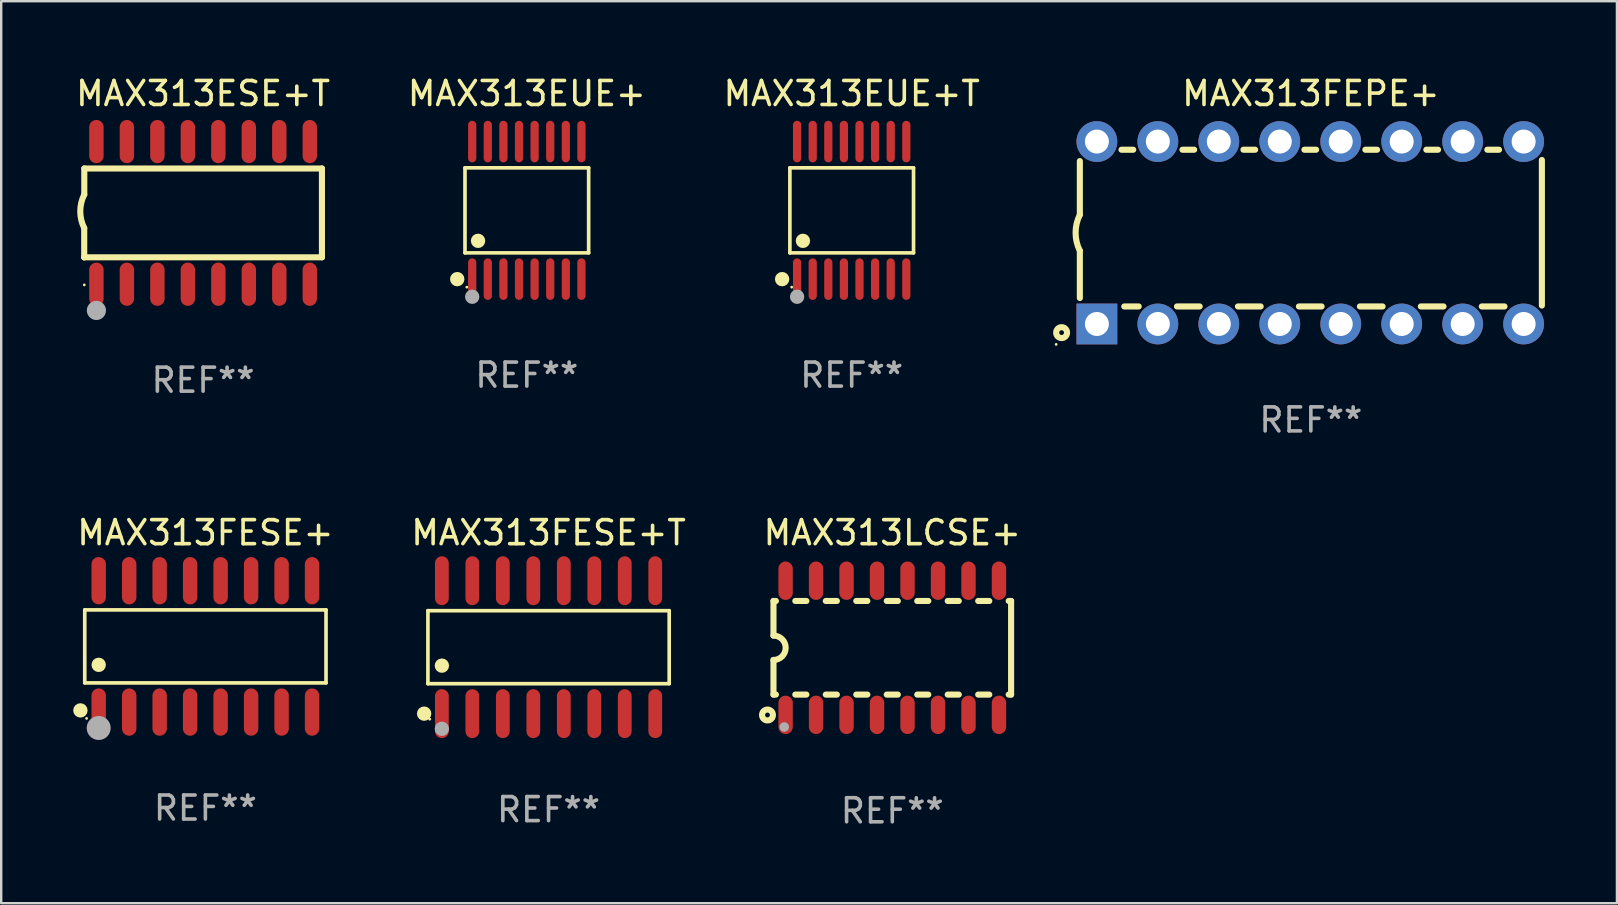
<source format=kicad_pcb>
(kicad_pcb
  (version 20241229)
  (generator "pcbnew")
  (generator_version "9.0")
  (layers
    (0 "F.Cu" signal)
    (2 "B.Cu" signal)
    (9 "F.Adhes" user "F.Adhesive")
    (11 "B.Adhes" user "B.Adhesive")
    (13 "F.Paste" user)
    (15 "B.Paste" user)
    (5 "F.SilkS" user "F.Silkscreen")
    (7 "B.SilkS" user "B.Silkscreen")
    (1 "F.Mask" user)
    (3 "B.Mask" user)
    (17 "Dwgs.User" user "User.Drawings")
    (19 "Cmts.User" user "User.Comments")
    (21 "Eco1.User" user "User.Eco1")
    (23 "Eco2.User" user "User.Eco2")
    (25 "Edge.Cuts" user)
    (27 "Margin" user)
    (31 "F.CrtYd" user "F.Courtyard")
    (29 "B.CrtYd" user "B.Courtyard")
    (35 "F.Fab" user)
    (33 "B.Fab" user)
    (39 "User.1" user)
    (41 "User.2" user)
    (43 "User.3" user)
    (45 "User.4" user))
  (footprint "MAX313FEPE+"
    (layer "F.Cu")
    (at 51.565 6.648)
    (property "Reference" "MAX313FEPE+" (at 0 -5.8 0) (layer "F.SilkS") (effects (font (size 1 1) (thickness 0.15))))
    (attr through_hole)
    (fp_line (start -9.625 -0.75) (end -9.625 -2.986) (stroke (width 0.254) (type solid)) (layer "F.SilkS"))
    (fp_line (start -9.625 0.749) (end -9.625 2.719) (stroke (width 0.254) (type solid)) (layer "F.SilkS"))
    (fp_line (start -7.889 -3.46) (end -7.401 -3.46) (stroke (width 0.254) (type solid)) (layer "F.SilkS"))
    (fp_line (start -7.775 3.07) (end -7.172 3.07) (stroke (width 0.254) (type solid)) (layer "F.SilkS"))
    (fp_line (start -5.578 3.07) (end -4.632 3.07) (stroke (width 0.254) (type solid)) (layer "F.SilkS"))
    (fp_line (start -5.349 -3.46) (end -4.861 -3.46) (stroke (width 0.254) (type solid)) (layer "F.SilkS"))
    (fp_line (start -3.038 3.07) (end -2.092 3.07) (stroke (width 0.254) (type solid)) (layer "F.SilkS"))
    (fp_line (start -2.809 -3.46) (end -2.321 -3.46) (stroke (width 0.254) (type solid)) (layer "F.SilkS"))
    (fp_line (start -0.498 3.07) (end 0.448 3.07) (stroke (width 0.254) (type solid)) (layer "F.SilkS"))
    (fp_line (start -0.269 -3.46) (end 0.219 -3.46) (stroke (width 0.254) (type solid)) (layer "F.SilkS"))
    (fp_line (start 2.042 3.07) (end 2.988 3.07) (stroke (width 0.254) (type solid)) (layer "F.SilkS"))
    (fp_line (start 2.271 -3.46) (end 2.759 -3.46) (stroke (width 0.254) (type solid)) (layer "F.SilkS"))
    (fp_line (start 4.582 3.07) (end 5.528 3.07) (stroke (width 0.254) (type solid)) (layer "F.SilkS"))
    (fp_line (start 4.811 -3.46) (end 5.299 -3.46) (stroke (width 0.254) (type solid)) (layer "F.SilkS"))
    (fp_line (start 7.122 3.07) (end 8.068 3.07) (stroke (width 0.254) (type solid)) (layer "F.SilkS"))
    (fp_line (start 7.351 -3.46) (end 7.839 -3.46) (stroke (width 0.254) (type solid)) (layer "F.SilkS"))
    (fp_line (start 9.625 3.032) (end 9.625 -3.032) (stroke (width 0.254) (type solid)) (layer "F.SilkS"))
    (fp_arc (start -9.624993 0.748819) (mid -9.801912 -0.000581) (end -9.625019 -0.749987) (stroke (width 0.254001) (type solid)) (layer "F.SilkS"))
    (fp_circle (center -10.612 4.65) (end -10.582 4.65) (stroke (width 0.06) (type solid)) (fill no) (layer "F.SilkS"))
    (fp_circle (center -10.385 4.16) (end -10.285 4.16) (stroke (width 0.254) (type solid)) (fill no) (layer "F.SilkS"))
    (fp_text user "REF**" (at 0 7.8 0) (layer "F.Fab") (effects (font (size 1 1) (thickness 0.15))))
    (pad "1" thru_hole rect (at -8.915 3.8 90) (size 1.7 1.7) (drill 1) (layers "*.Cu" "*.Mask"))
    (pad "2" thru_hole circle (at -6.375 3.8) (size 1.7 1.7) (drill 1) (layers "*.Cu" "*.Mask"))
    (pad "3" thru_hole circle (at -3.835 3.8) (size 1.7 1.7) (drill 1) (layers "*.Cu" "*.Mask"))
    (pad "4" thru_hole circle (at -1.295 3.8) (size 1.7 1.7) (drill 1) (layers "*.Cu" "*.Mask"))
    (pad "5" thru_hole circle (at 1.245 3.8) (size 1.7 1.7) (drill 1) (layers "*.Cu" "*.Mask"))
    (pad "6" thru_hole circle (at 3.785 3.8) (size 1.7 1.7) (drill 1) (layers "*.Cu" "*.Mask"))
    (pad "7" thru_hole circle (at 6.325 3.8) (size 1.7 1.7) (drill 1) (layers "*.Cu" "*.Mask"))
    (pad "8" thru_hole circle (at 8.865 3.8) (size 1.7 1.7) (drill 1) (layers "*.Cu" "*.Mask"))
    (pad "9" thru_hole circle (at 8.865 -3.8) (size 1.7 1.7) (drill 1) (layers "*.Cu" "*.Mask"))
    (pad "10" thru_hole circle (at 6.325 -3.8) (size 1.7 1.7) (drill 1) (layers "*.Cu" "*.Mask"))
    (pad "11" thru_hole circle (at 3.785 -3.8) (size 1.7 1.7) (drill 1) (layers "*.Cu" "*.Mask"))
    (pad "12" thru_hole circle (at 1.245 -3.8) (size 1.7 1.7) (drill 1) (layers "*.Cu" "*.Mask"))
    (pad "13" thru_hole circle (at -1.295 -3.8) (size 1.7 1.7) (drill 1) (layers "*.Cu" "*.Mask"))
    (pad "14" thru_hole circle (at -3.835 -3.8) (size 1.7 1.7) (drill 1) (layers "*.Cu" "*.Mask"))
    (pad "15" thru_hole circle (at -6.375 -3.8) (size 1.7 1.7) (drill 1) (layers "*.Cu" "*.Mask"))
    (pad "16" thru_hole circle (at -8.915 -3.8) (size 1.7 1.7) (drill 1) (layers "*.Cu" "*.Mask")))
  (footprint "MAX313FESE+T"
    (layer "F.Cu")
    (at 19.805 23.914)
    (property "Reference" "MAX313FESE+T" (at 0 -4.769 0) (layer "F.SilkS") (effects (font (size 1 1) (thickness 0.15))))
    (attr through_hole)
    (fp_line (start -5.026 -1.521) (end 5.026 -1.521) (stroke (width 0.152) (type solid)) (layer "F.SilkS"))
    (fp_line (start -5.026 1.521) (end -5.026 -1.521) (stroke (width 0.152) (type solid)) (layer "F.SilkS"))
    (fp_line (start 5.026 -1.521) (end 5.026 1.521) (stroke (width 0.152) (type solid)) (layer "F.SilkS"))
    (fp_line (start 5.026 1.521) (end -5.026 1.521) (stroke (width 0.152) (type solid)) (layer "F.SilkS"))
    (fp_circle (center -5.184 2.769) (end -5.034 2.769) (stroke (width 0.3) (type solid)) (fill no) (layer "F.SilkS"))
    (fp_circle (center -4.95 3) (end -4.92 3) (stroke (width 0.06) (type solid)) (fill no) (layer "F.SilkS"))
    (fp_circle (center -4.445 0.769) (end -4.295 0.769) (stroke (width 0.3) (type solid)) (fill no) (layer "F.SilkS"))
    (fp_circle (center -4.445 3.4) (end -4.295 3.4) (stroke (width 0.3) (type solid)) (fill no) (layer "F.Fab"))
    (fp_text user "REF**" (at 0 6.769 0) (layer "F.Fab") (effects (font (size 1 1) (thickness 0.15))))
    (pad "1" smd oval (at -4.445 2.769) (size 0.574 2.038) (layers "F.Cu" "F.Mask" "F.Paste"))
    (pad "2" smd oval (at -3.175 2.769) (size 0.574 2.038) (layers "F.Cu" "F.Mask" "F.Paste"))
    (pad "3" smd oval (at -1.905 2.769) (size 0.574 2.038) (layers "F.Cu" "F.Mask" "F.Paste"))
    (pad "4" smd oval (at -0.635 2.769) (size 0.574 2.038) (layers "F.Cu" "F.Mask" "F.Paste"))
    (pad "5" smd oval (at 0.635 2.769) (size 0.574 2.038) (layers "F.Cu" "F.Mask" "F.Paste"))
    (pad "6" smd oval (at 1.905 2.769) (size 0.574 2.038) (layers "F.Cu" "F.Mask" "F.Paste"))
    (pad "7" smd oval (at 3.175 2.769) (size 0.574 2.038) (layers "F.Cu" "F.Mask" "F.Paste"))
    (pad "8" smd oval (at 4.445 2.769) (size 0.574 2.038) (layers "F.Cu" "F.Mask" "F.Paste"))
    (pad "9" smd oval (at 4.445 -2.769) (size 0.574 2.038) (layers "F.Cu" "F.Mask" "F.Paste"))
    (pad "10" smd oval (at 3.175 -2.769) (size 0.574 2.038) (layers "F.Cu" "F.Mask" "F.Paste"))
    (pad "11" smd oval (at 1.905 -2.769) (size 0.574 2.038) (layers "F.Cu" "F.Mask" "F.Paste"))
    (pad "12" smd oval (at 0.635 -2.769) (size 0.574 2.038) (layers "F.Cu" "F.Mask" "F.Paste"))
    (pad "13" smd oval (at -0.635 -2.769) (size 0.574 2.038) (layers "F.Cu" "F.Mask" "F.Paste"))
    (pad "14" smd oval (at -1.905 -2.769) (size 0.574 2.038) (layers "F.Cu" "F.Mask" "F.Paste"))
    (pad "15" smd oval (at -3.175 -2.769) (size 0.574 2.038) (layers "F.Cu" "F.Mask" "F.Paste"))
    (pad "16" smd oval (at -4.445 -2.769) (size 0.574 2.038) (layers "F.Cu" "F.Mask" "F.Paste")))
  (footprint "MAX313LCSE+"
    (layer "F.Cu")
    (at 34.126 23.939)
    (property "Reference" "MAX313LCSE+" (at 0 -4.794 0) (layer "F.SilkS") (effects (font (size 1 1) (thickness 0.15))))
    (attr through_hole)
    (fp_line (start -4.95 -1.95) (end -4.95 -0.508) (stroke (width 0.254) (type solid)) (layer "F.SilkS"))
    (fp_line (start -4.95 -1.95) (end -4.849 -1.95) (stroke (width 0.254) (type solid)) (layer "F.SilkS"))
    (fp_line (start -4.95 1.95) (end -4.95 0.508) (stroke (width 0.254) (type solid)) (layer "F.SilkS"))
    (fp_line (start -4.95 1.95) (end -4.849 1.95) (stroke (width 0.254) (type solid)) (layer "F.SilkS"))
    (fp_line (start -4.041 -1.95) (end -3.579 -1.95) (stroke (width 0.254) (type solid)) (layer "F.SilkS"))
    (fp_line (start -4.041 1.95) (end -3.579 1.95) (stroke (width 0.254) (type solid)) (layer "F.SilkS"))
    (fp_line (start -2.771 -1.95) (end -2.309 -1.95) (stroke (width 0.254) (type solid)) (layer "F.SilkS"))
    (fp_line (start -2.771 1.95) (end -2.309 1.95) (stroke (width 0.254) (type solid)) (layer "F.SilkS"))
    (fp_line (start -1.501 -1.95) (end -1.039 -1.95) (stroke (width 0.254) (type solid)) (layer "F.SilkS"))
    (fp_line (start -1.501 1.95) (end -1.039 1.95) (stroke (width 0.254) (type solid)) (layer "F.SilkS"))
    (fp_line (start -0.231 -1.95) (end 0.231 -1.95) (stroke (width 0.254) (type solid)) (layer "F.SilkS"))
    (fp_line (start -0.231 1.95) (end 0.231 1.95) (stroke (width 0.254) (type solid)) (layer "F.SilkS"))
    (fp_line (start 1.039 -1.95) (end 1.501 -1.95) (stroke (width 0.254) (type solid)) (layer "F.SilkS"))
    (fp_line (start 1.039 1.95) (end 1.501 1.95) (stroke (width 0.254) (type solid)) (layer "F.SilkS"))
    (fp_line (start 2.309 -1.95) (end 2.771 -1.95) (stroke (width 0.254) (type solid)) (layer "F.SilkS"))
    (fp_line (start 2.309 1.95) (end 2.771 1.95) (stroke (width 0.254) (type solid)) (layer "F.SilkS"))
    (fp_line (start 3.579 -1.95) (end 4.041 -1.95) (stroke (width 0.254) (type solid)) (layer "F.SilkS"))
    (fp_line (start 3.579 1.95) (end 4.041 1.95) (stroke (width 0.254) (type solid)) (layer "F.SilkS"))
    (fp_line (start 4.849 -1.95) (end 4.95 -1.95) (stroke (width 0.254) (type solid)) (layer "F.SilkS"))
    (fp_line (start 4.849 1.95) (end 4.95 1.95) (stroke (width 0.254) (type solid)) (layer "F.SilkS"))
    (fp_line (start 4.95 -1.95) (end 4.95 1.95) (stroke (width 0.254) (type solid)) (layer "F.SilkS"))
    (fp_arc (start -4.95047 -0.508001) (mid -4.442469 -0.000228) (end -4.950013 0.508001) (stroke (width 0.254001) (type solid)) (layer "F.SilkS"))
    (fp_circle (center -5.2 2.8) (end -5.1 2.8) (stroke (width 0.254) (type solid)) (fill no) (layer "F.SilkS"))
    (fp_circle (center -4.95 2.947) (end -4.92 2.947) (stroke (width 0.06) (type solid)) (fill no) (layer "F.SilkS"))
    (fp_circle (center -4.5 3.3) (end -4.4 3.3) (stroke (width 0.2) (type solid)) (fill no) (layer "F.Fab"))
    (fp_text user "REF**" (at 0 6.794 0) (layer "F.Fab") (effects (font (size 1 1) (thickness 0.15))))
    (pad "1" smd oval (at -4.445 2.794) (size 0.6 1.6) (layers "F.Cu" "F.Mask" "F.Paste"))
    (pad "2" smd oval (at -3.175 2.794) (size 0.6 1.6) (layers "F.Cu" "F.Mask" "F.Paste"))
    (pad "3" smd oval (at -1.905 2.794) (size 0.6 1.6) (layers "F.Cu" "F.Mask" "F.Paste"))
    (pad "4" smd oval (at -0.635 2.794) (size 0.6 1.6) (layers "F.Cu" "F.Mask" "F.Paste"))
    (pad "5" smd oval (at 0.635 2.794) (size 0.6 1.6) (layers "F.Cu" "F.Mask" "F.Paste"))
    (pad "6" smd oval (at 1.905 2.794) (size 0.6 1.6) (layers "F.Cu" "F.Mask" "F.Paste"))
    (pad "7" smd oval (at 3.175 2.794) (size 0.6 1.6) (layers "F.Cu" "F.Mask" "F.Paste"))
    (pad "8" smd oval (at 4.445 2.794) (size 0.6 1.6) (layers "F.Cu" "F.Mask" "F.Paste"))
    (pad "9" smd oval (at 4.445 -2.794) (size 0.6 1.6) (layers "F.Cu" "F.Mask" "F.Paste"))
    (pad "10" smd oval (at 3.175 -2.794) (size 0.6 1.6) (layers "F.Cu" "F.Mask" "F.Paste"))
    (pad "11" smd oval (at 1.905 -2.794) (size 0.6 1.6) (layers "F.Cu" "F.Mask" "F.Paste"))
    (pad "12" smd oval (at 0.635 -2.794) (size 0.6 1.6) (layers "F.Cu" "F.Mask" "F.Paste"))
    (pad "13" smd oval (at -0.635 -2.794) (size 0.6 1.6) (layers "F.Cu" "F.Mask" "F.Paste"))
    (pad "14" smd oval (at -1.905 -2.794) (size 0.6 1.6) (layers "F.Cu" "F.Mask" "F.Paste"))
    (pad "15" smd oval (at -3.175 -2.794) (size 0.6 1.6) (layers "F.Cu" "F.Mask" "F.Paste"))
    (pad "16" smd oval (at -4.445 -2.794) (size 0.6 1.6) (layers "F.Cu" "F.Mask" "F.Paste")))
  (footprint "MAX313EUE+"
    (layer "F.Cu")
    (at 18.899 5.714)
    (property "Reference" "MAX313EUE+" (at 0 -4.866 0) (layer "F.SilkS") (effects (font (size 1 1) (thickness 0.15))))
    (attr through_hole)
    (fp_line (start -2.576 -1.772) (end 2.576 -1.772) (stroke (width 0.152) (type solid)) (layer "F.SilkS"))
    (fp_line (start -2.576 1.771) (end -2.576 -1.772) (stroke (width 0.152) (type solid)) (layer "F.SilkS"))
    (fp_line (start 2.576 -1.772) (end 2.576 1.771) (stroke (width 0.152) (type solid)) (layer "F.SilkS"))
    (fp_line (start 2.576 1.771) (end -2.576 1.771) (stroke (width 0.152) (type solid)) (layer "F.SilkS"))
    (fp_circle (center -2.899 2.866) (end -2.749 2.866) (stroke (width 0.3) (type solid)) (fill no) (layer "F.SilkS"))
    (fp_circle (center -2.5 3.2) (end -2.47 3.2) (stroke (width 0.06) (type solid)) (fill no) (layer "F.SilkS"))
    (fp_circle (center -2.032 1.27) (end -1.882 1.27) (stroke (width 0.3) (type solid)) (fill no) (layer "F.SilkS"))
    (fp_circle (center -2.275 3.6) (end -2.125 3.6) (stroke (width 0.3) (type solid)) (fill no) (layer "F.Fab"))
    (fp_text user "REF**" (at 0 6.866 0) (layer "F.Fab") (effects (font (size 1 1) (thickness 0.15))))
    (pad "1" smd oval (at -2.275 2.866) (size 0.343 1.731) (layers "F.Cu" "F.Mask" "F.Paste"))
    (pad "2" smd oval (at -1.625 2.866) (size 0.343 1.731) (layers "F.Cu" "F.Mask" "F.Paste"))
    (pad "3" smd oval (at -0.975 2.866) (size 0.343 1.731) (layers "F.Cu" "F.Mask" "F.Paste"))
    (pad "4" smd oval (at -0.325 2.866) (size 0.343 1.731) (layers "F.Cu" "F.Mask" "F.Paste"))
    (pad "5" smd oval (at 0.325 2.866) (size 0.343 1.731) (layers "F.Cu" "F.Mask" "F.Paste"))
    (pad "6" smd oval (at 0.975 2.866) (size 0.343 1.731) (layers "F.Cu" "F.Mask" "F.Paste"))
    (pad "7" smd oval (at 1.625 2.866) (size 0.343 1.731) (layers "F.Cu" "F.Mask" "F.Paste"))
    (pad "8" smd oval (at 2.275 2.866) (size 0.343 1.731) (layers "F.Cu" "F.Mask" "F.Paste"))
    (pad "9" smd oval (at 2.275 -2.866) (size 0.343 1.731) (layers "F.Cu" "F.Mask" "F.Paste"))
    (pad "10" smd oval (at 1.625 -2.866) (size 0.343 1.731) (layers "F.Cu" "F.Mask" "F.Paste"))
    (pad "11" smd oval (at 0.975 -2.866) (size 0.343 1.731) (layers "F.Cu" "F.Mask" "F.Paste"))
    (pad "12" smd oval (at 0.325 -2.866) (size 0.343 1.731) (layers "F.Cu" "F.Mask" "F.Paste"))
    (pad "13" smd oval (at -0.325 -2.866) (size 0.343 1.731) (layers "F.Cu" "F.Mask" "F.Paste"))
    (pad "14" smd oval (at -0.975 -2.866) (size 0.343 1.731) (layers "F.Cu" "F.Mask" "F.Paste"))
    (pad "15" smd oval (at -1.625 -2.866) (size 0.343 1.731) (layers "F.Cu" "F.Mask" "F.Paste"))
    (pad "16" smd oval (at -2.275 -2.866) (size 0.343 1.731) (layers "F.Cu" "F.Mask" "F.Paste")))
  (footprint "MAX313FESE+"
    (layer "F.Cu")
    (at 5.507 23.881)
    (property "Reference" "MAX313FESE+" (at 0 -4.736 0) (layer "F.SilkS") (effects (font (size 1 1) (thickness 0.15))))
    (attr through_hole)
    (fp_line (start -5.026 -1.521) (end 5.026 -1.521) (stroke (width 0.152) (type solid)) (layer "F.SilkS"))
    (fp_line (start -5.026 1.521) (end -5.026 -1.521) (stroke (width 0.152) (type solid)) (layer "F.SilkS"))
    (fp_line (start 5.026 -1.521) (end 5.026 1.521) (stroke (width 0.152) (type solid)) (layer "F.SilkS"))
    (fp_line (start 5.026 1.521) (end -5.026 1.521) (stroke (width 0.152) (type solid)) (layer "F.SilkS"))
    (fp_circle (center -5.207 2.667) (end -5.057 2.667) (stroke (width 0.3) (type solid)) (fill no) (layer "F.SilkS"))
    (fp_circle (center -4.95 3) (end -4.92 3) (stroke (width 0.06) (type solid)) (fill no) (layer "F.SilkS"))
    (fp_circle (center -4.445 0.769) (end -4.295 0.769) (stroke (width 0.3) (type solid)) (fill no) (layer "F.SilkS"))
    (fp_circle (center -4.445 3.4) (end -4.195 3.4) (stroke (width 0.5) (type solid)) (fill no) (layer "F.Fab"))
    (fp_text user "REF**" (at 0 6.736 0) (layer "F.Fab") (effects (font (size 1 1) (thickness 0.15))))
    (pad "1" smd oval (at -4.445 2.736) (size 0.602 1.971) (layers "F.Cu" "F.Mask" "F.Paste"))
    (pad "2" smd oval (at -3.175 2.736) (size 0.602 1.971) (layers "F.Cu" "F.Mask" "F.Paste"))
    (pad "3" smd oval (at -1.905 2.736) (size 0.602 1.971) (layers "F.Cu" "F.Mask" "F.Paste"))
    (pad "4" smd oval (at -0.635 2.736) (size 0.602 1.971) (layers "F.Cu" "F.Mask" "F.Paste"))
    (pad "5" smd oval (at 0.635 2.736) (size 0.602 1.971) (layers "F.Cu" "F.Mask" "F.Paste"))
    (pad "6" smd oval (at 1.905 2.736) (size 0.602 1.971) (layers "F.Cu" "F.Mask" "F.Paste"))
    (pad "7" smd oval (at 3.175 2.736) (size 0.602 1.971) (layers "F.Cu" "F.Mask" "F.Paste"))
    (pad "8" smd oval (at 4.445 2.736) (size 0.602 1.971) (layers "F.Cu" "F.Mask" "F.Paste"))
    (pad "9" smd oval (at 4.445 -2.736) (size 0.602 1.971) (layers "F.Cu" "F.Mask" "F.Paste"))
    (pad "10" smd oval (at 3.175 -2.736) (size 0.602 1.971) (layers "F.Cu" "F.Mask" "F.Paste"))
    (pad "11" smd oval (at 1.905 -2.736) (size 0.602 1.971) (layers "F.Cu" "F.Mask" "F.Paste"))
    (pad "12" smd oval (at 0.635 -2.736) (size 0.602 1.971) (layers "F.Cu" "F.Mask" "F.Paste"))
    (pad "13" smd oval (at -0.635 -2.736) (size 0.602 1.971) (layers "F.Cu" "F.Mask" "F.Paste"))
    (pad "14" smd oval (at -1.905 -2.736) (size 0.602 1.971) (layers "F.Cu" "F.Mask" "F.Paste"))
    (pad "15" smd oval (at -3.175 -2.736) (size 0.602 1.971) (layers "F.Cu" "F.Mask" "F.Paste"))
    (pad "16" smd oval (at -4.445 -2.736) (size 0.602 1.971) (layers "F.Cu" "F.Mask" "F.Paste")))
  (footprint "MAX313ESE+T"
    (layer "F.Cu")
    (at 5.411 5.82)
    (property "Reference" "MAX313ESE+T" (at 0 -4.972 0) (layer "F.SilkS") (effects (font (size 1 1) (thickness 0.15))))
    (attr through_hole)
    (fp_line (start -4.952 0.635) (end -4.952 1.85) (stroke (width 0.254) (type solid)) (layer "F.SilkS"))
    (fp_line (start -4.952 1.85) (end -4.949 1.85) (stroke (width 0.254) (type solid)) (layer "F.SilkS"))
    (fp_line (start -4.949 -1.85) (end -4.949 -0.762) (stroke (width 0.254) (type solid)) (layer "F.SilkS"))
    (fp_line (start -4.949 1.85) (end 4.952 1.85) (stroke (width 0.254) (type solid)) (layer "F.SilkS"))
    (fp_line (start 4.952 -1.85) (end -4.949 -1.85) (stroke (width 0.254) (type solid)) (layer "F.SilkS"))
    (fp_line (start 4.952 1.85) (end 4.952 -1.85) (stroke (width 0.254) (type solid)) (layer "F.SilkS"))
    (fp_arc (start -4.951524 0.635001) (mid -5.116418 -0.0635) (end -4.951524 -0.762002) (stroke (width 0.254001) (type solid)) (layer "F.SilkS"))
    (fp_circle (center -4.949 3) (end -4.919 3) (stroke (width 0.06) (type solid)) (fill no) (layer "F.SilkS"))
    (fp_circle (center -4.444 4.064) (end -4.244 4.064) (stroke (width 0.4) (type solid)) (fill no) (layer "F.Fab"))
    (fp_text user "REF**" (at 0 6.972 0) (layer "F.Fab") (effects (font (size 1 1) (thickness 0.15))))
    (pad "1" smd oval (at -4.444 2.972 180) (size 0.6 1.8) (layers "F.Cu" "F.Mask" "F.Paste"))
    (pad "2" smd oval (at -3.174 2.972 180) (size 0.6 1.8) (layers "F.Cu" "F.Mask" "F.Paste"))
    (pad "3" smd oval (at -1.904 2.972 180) (size 0.6 1.8) (layers "F.Cu" "F.Mask" "F.Paste"))
    (pad "4" smd oval (at -0.634 2.972 180) (size 0.6 1.8) (layers "F.Cu" "F.Mask" "F.Paste"))
    (pad "5" smd oval (at 0.636 2.972 180) (size 0.6 1.8) (layers "F.Cu" "F.Mask" "F.Paste"))
    (pad "6" smd oval (at 1.906 2.972 180) (size 0.6 1.8) (layers "F.Cu" "F.Mask" "F.Paste"))
    (pad "7" smd oval (at 3.176 2.972 180) (size 0.6 1.8) (layers "F.Cu" "F.Mask" "F.Paste"))
    (pad "8" smd oval (at 4.446 2.972 180) (size 0.6 1.8) (layers "F.Cu" "F.Mask" "F.Paste"))
    (pad "9" smd oval (at 4.446 -2.972 180) (size 0.6 1.8) (layers "F.Cu" "F.Mask" "F.Paste"))
    (pad "10" smd oval (at 3.176 -2.972 180) (size 0.6 1.8) (layers "F.Cu" "F.Mask" "F.Paste"))
    (pad "11" smd oval (at 1.906 -2.972 180) (size 0.6 1.8) (layers "F.Cu" "F.Mask" "F.Paste"))
    (pad "12" smd oval (at 0.636 -2.972 180) (size 0.6 1.8) (layers "F.Cu" "F.Mask" "F.Paste"))
    (pad "13" smd oval (at -0.634 -2.972 180) (size 0.6 1.8) (layers "F.Cu" "F.Mask" "F.Paste"))
    (pad "14" smd oval (at -1.904 -2.972 180) (size 0.6 1.8) (layers "F.Cu" "F.Mask" "F.Paste"))
    (pad "15" smd oval (at -3.174 -2.972 180) (size 0.6 1.8) (layers "F.Cu" "F.Mask" "F.Paste"))
    (pad "16" smd oval (at -4.444 -2.972 180) (size 0.6 1.8) (layers "F.Cu" "F.Mask" "F.Paste")))
  (footprint "MAX313EUE+T"
    (layer "F.Cu")
    (at 32.435 5.714)
    (property "Reference" "MAX313EUE+T" (at 0 -4.866 0) (layer "F.SilkS") (effects (font (size 1 1) (thickness 0.15))))
    (attr through_hole)
    (fp_line (start -2.576 -1.772) (end 2.576 -1.772) (stroke (width 0.152) (type solid)) (layer "F.SilkS"))
    (fp_line (start -2.576 1.771) (end -2.576 -1.772) (stroke (width 0.152) (type solid)) (layer "F.SilkS"))
    (fp_line (start 2.576 -1.772) (end 2.576 1.771) (stroke (width 0.152) (type solid)) (layer "F.SilkS"))
    (fp_line (start 2.576 1.771) (end -2.576 1.771) (stroke (width 0.152) (type solid)) (layer "F.SilkS"))
    (fp_circle (center -2.899 2.866) (end -2.749 2.866) (stroke (width 0.3) (type solid)) (fill no) (layer "F.SilkS"))
    (fp_circle (center -2.5 3.2) (end -2.47 3.2) (stroke (width 0.06) (type solid)) (fill no) (layer "F.SilkS"))
    (fp_circle (center -2.032 1.27) (end -1.882 1.27) (stroke (width 0.3) (type solid)) (fill no) (layer "F.SilkS"))
    (fp_circle (center -2.275 3.6) (end -2.125 3.6) (stroke (width 0.3) (type solid)) (fill no) (layer "F.Fab"))
    (fp_text user "REF**" (at 0 6.866 0) (layer "F.Fab") (effects (font (size 1 1) (thickness 0.15))))
    (pad "1" smd oval (at -2.275 2.866) (size 0.343 1.731) (layers "F.Cu" "F.Mask" "F.Paste"))
    (pad "2" smd oval (at -1.625 2.866) (size 0.343 1.731) (layers "F.Cu" "F.Mask" "F.Paste"))
    (pad "3" smd oval (at -0.975 2.866) (size 0.343 1.731) (layers "F.Cu" "F.Mask" "F.Paste"))
    (pad "4" smd oval (at -0.325 2.866) (size 0.343 1.731) (layers "F.Cu" "F.Mask" "F.Paste"))
    (pad "5" smd oval (at 0.325 2.866) (size 0.343 1.731) (layers "F.Cu" "F.Mask" "F.Paste"))
    (pad "6" smd oval (at 0.975 2.866) (size 0.343 1.731) (layers "F.Cu" "F.Mask" "F.Paste"))
    (pad "7" smd oval (at 1.625 2.866) (size 0.343 1.731) (layers "F.Cu" "F.Mask" "F.Paste"))
    (pad "8" smd oval (at 2.275 2.866) (size 0.343 1.731) (layers "F.Cu" "F.Mask" "F.Paste"))
    (pad "9" smd oval (at 2.275 -2.866) (size 0.343 1.731) (layers "F.Cu" "F.Mask" "F.Paste"))
    (pad "10" smd oval (at 1.625 -2.866) (size 0.343 1.731) (layers "F.Cu" "F.Mask" "F.Paste"))
    (pad "11" smd oval (at 0.975 -2.866) (size 0.343 1.731) (layers "F.Cu" "F.Mask" "F.Paste"))
    (pad "12" smd oval (at 0.325 -2.866) (size 0.343 1.731) (layers "F.Cu" "F.Mask" "F.Paste"))
    (pad "13" smd oval (at -0.325 -2.866) (size 0.343 1.731) (layers "F.Cu" "F.Mask" "F.Paste"))
    (pad "14" smd oval (at -0.975 -2.866) (size 0.343 1.731) (layers "F.Cu" "F.Mask" "F.Paste"))
    (pad "15" smd oval (at -1.625 -2.866) (size 0.343 1.731) (layers "F.Cu" "F.Mask" "F.Paste"))
    (pad "16" smd oval (at -2.275 -2.866) (size 0.343 1.731) (layers "F.Cu" "F.Mask" "F.Paste")))
  (gr_rect
    (start -3 -3)
    (end 64.317 34.581)
    (stroke (width 0.1) (type default))
    (fill no)
    (layer "Edge.Cuts")))
</source>
